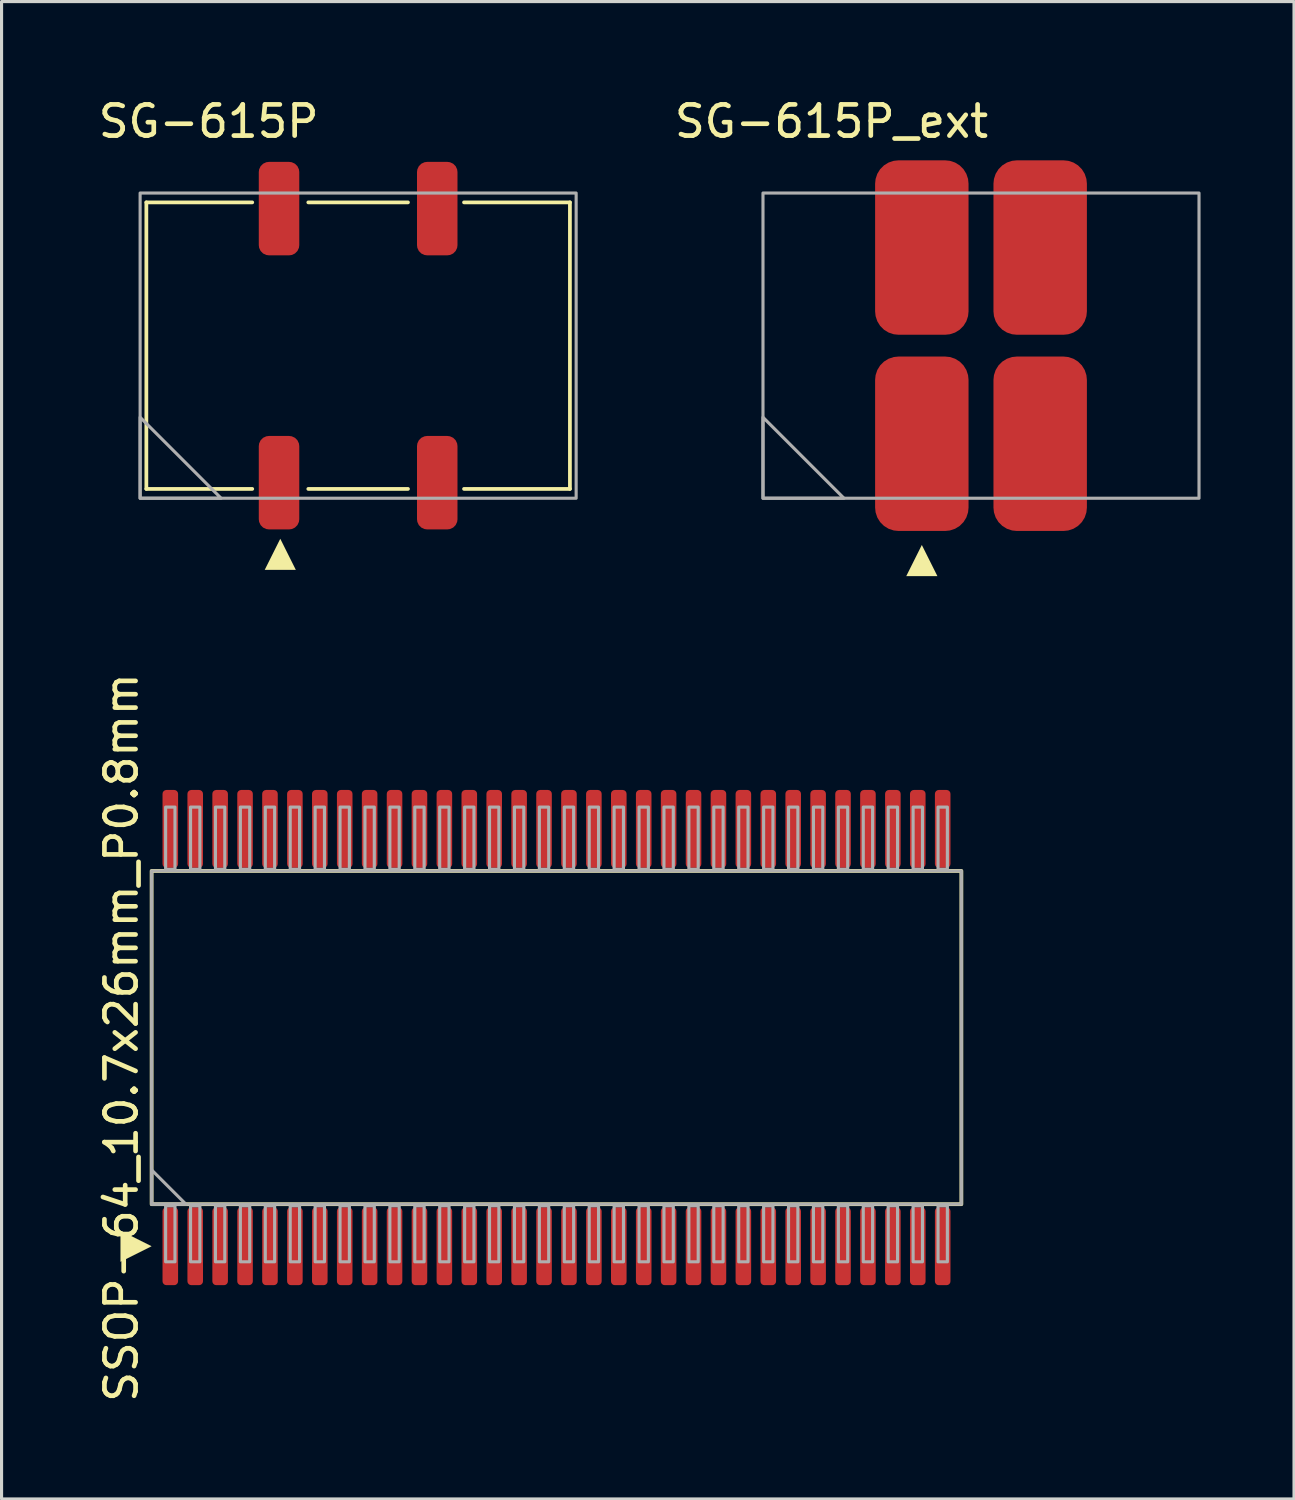
<source format=kicad_pcb>
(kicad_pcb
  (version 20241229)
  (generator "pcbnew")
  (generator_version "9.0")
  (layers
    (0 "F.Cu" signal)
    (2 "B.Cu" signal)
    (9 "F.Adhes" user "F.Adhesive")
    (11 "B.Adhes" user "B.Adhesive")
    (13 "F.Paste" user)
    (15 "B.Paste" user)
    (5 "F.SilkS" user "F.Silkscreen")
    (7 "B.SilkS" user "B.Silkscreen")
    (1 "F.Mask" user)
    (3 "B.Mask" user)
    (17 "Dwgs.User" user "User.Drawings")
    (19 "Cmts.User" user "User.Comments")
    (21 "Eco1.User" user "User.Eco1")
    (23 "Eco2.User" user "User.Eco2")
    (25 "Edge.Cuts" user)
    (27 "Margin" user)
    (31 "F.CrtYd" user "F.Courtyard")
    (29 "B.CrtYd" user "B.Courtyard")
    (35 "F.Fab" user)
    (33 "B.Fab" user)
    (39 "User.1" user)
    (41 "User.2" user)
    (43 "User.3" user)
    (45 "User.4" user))
  (footprint "SG-615P_ext"
    (layer "F.Cu")
    (at 28.448 8.048)
    (property "Reference" "SG-615P_ext" (at -4.8 -7.2 0) (unlocked yes) (layer "F.SilkS") (effects (font (size 1 1) (thickness 0.15))))
    (attr smd)
    (fp_poly (pts (xy -1.4 7.4) (xy -2.4 7.4) (xy -1.9 6.4)) (stroke (width 0) (type solid)) (fill yes) (layer "F.SilkS"))
    (fp_rect (start -7 -4.9) (end 7 4.9) (stroke (width 0.1) (type default)) (fill no) (layer "F.Fab"))
    (fp_poly (pts (xy -7 4.9) (xy -7 2.3) (xy -4.4 4.9)) (stroke (width 0.1) (type solid)) (fill no) (layer "F.Fab"))
    (pad "1" smd roundrect (at -1.9 3.15) (size 3 5.6) (layers "F.Cu" "F.Mask" "F.Paste") (roundrect_rratio 0.25))
    (pad "2" smd roundrect (at 1.9 3.15) (size 3 5.6) (layers "F.Cu" "F.Mask" "F.Paste") (roundrect_rratio 0.25))
    (pad "3" smd roundrect (at 1.9 -3.15) (size 3 5.6) (layers "F.Cu" "F.Mask" "F.Paste") (roundrect_rratio 0.25))
    (pad "4" smd roundrect (at -1.9 -3.15) (size 3 5.6) (layers "F.Cu" "F.Mask" "F.Paste") (roundrect_rratio 0.25)))
  (footprint "SSOP-64_10.7x26mm_P0.8mm"
    (layer "F.Cu")
    (at 14.818 30.264)
    (property "Reference" "SSOP-64_10.7x26mm_P0.8mm" (at -13.97 0 90) (layer "F.SilkS") (effects (font (size 1 1) (thickness 0.15))))
    (attr smd)
    (fp_rect (start -13 -5.35) (end 13 5.35) (stroke (width 0.12) (type default)) (fill no) (layer "F.SilkS"))
    (fp_poly (pts (xy -14 7.2) (xy -14 6.2) (xy -13 6.7)) (stroke (width 0) (type solid)) (fill yes) (layer "F.SilkS"))
    (fp_rect (start -13 -5.35) (end 13 5.35) (stroke (width 0.1) (type default)) (fill no) (layer "F.Fab"))
    (fp_rect (start -12.55 -7.4) (end -12.25 -5.4) (stroke (width 0.1) (type solid)) (fill no) (layer "F.Fab"))
    (fp_rect (start -12.55 5.4) (end -12.25 7.2) (stroke (width 0.1) (type solid)) (fill no) (layer "F.Fab"))
    (fp_rect (start -11.75 -7.4) (end -11.45 -5.4) (stroke (width 0.1) (type solid)) (fill no) (layer "F.Fab"))
    (fp_rect (start -11.75 5.4) (end -11.45 7.2) (stroke (width 0.1) (type solid)) (fill no) (layer "F.Fab"))
    (fp_rect (start -10.95 -7.4) (end -10.65 -5.4) (stroke (width 0.1) (type solid)) (fill no) (layer "F.Fab"))
    (fp_rect (start -10.95 5.4) (end -10.65 7.2) (stroke (width 0.1) (type solid)) (fill no) (layer "F.Fab"))
    (fp_rect (start -10.15 -7.4) (end -9.85 -5.4) (stroke (width 0.1) (type solid)) (fill no) (layer "F.Fab"))
    (fp_rect (start -10.15 5.4) (end -9.85 7.2) (stroke (width 0.1) (type solid)) (fill no) (layer "F.Fab"))
    (fp_rect (start -9.35 -7.4) (end -9.05 -5.4) (stroke (width 0.1) (type solid)) (fill no) (layer "F.Fab"))
    (fp_rect (start -9.35 5.4) (end -9.05 7.2) (stroke (width 0.1) (type solid)) (fill no) (layer "F.Fab"))
    (fp_rect (start -8.55 -7.4) (end -8.25 -5.4) (stroke (width 0.1) (type solid)) (fill no) (layer "F.Fab"))
    (fp_rect (start -8.55 5.4) (end -8.25 7.2) (stroke (width 0.1) (type solid)) (fill no) (layer "F.Fab"))
    (fp_rect (start -7.75 -7.4) (end -7.45 -5.4) (stroke (width 0.1) (type solid)) (fill no) (layer "F.Fab"))
    (fp_rect (start -7.75 5.4) (end -7.45 7.2) (stroke (width 0.1) (type solid)) (fill no) (layer "F.Fab"))
    (fp_rect (start -6.95 -7.4) (end -6.65 -5.4) (stroke (width 0.1) (type solid)) (fill no) (layer "F.Fab"))
    (fp_rect (start -6.95 5.4) (end -6.65 7.2) (stroke (width 0.1) (type solid)) (fill no) (layer "F.Fab"))
    (fp_rect (start -6.15 -7.4) (end -5.85 -5.4) (stroke (width 0.1) (type solid)) (fill no) (layer "F.Fab"))
    (fp_rect (start -6.15 5.4) (end -5.85 7.2) (stroke (width 0.1) (type solid)) (fill no) (layer "F.Fab"))
    (fp_rect (start -5.35 -7.4) (end -5.05 -5.4) (stroke (width 0.1) (type solid)) (fill no) (layer "F.Fab"))
    (fp_rect (start -5.35 5.4) (end -5.05 7.2) (stroke (width 0.1) (type solid)) (fill no) (layer "F.Fab"))
    (fp_rect (start -4.55 -7.4) (end -4.25 -5.4) (stroke (width 0.1) (type solid)) (fill no) (layer "F.Fab"))
    (fp_rect (start -4.55 5.4) (end -4.25 7.2) (stroke (width 0.1) (type solid)) (fill no) (layer "F.Fab"))
    (fp_rect (start -3.75 -7.4) (end -3.45 -5.4) (stroke (width 0.1) (type solid)) (fill no) (layer "F.Fab"))
    (fp_rect (start -3.75 5.4) (end -3.45 7.2) (stroke (width 0.1) (type solid)) (fill no) (layer "F.Fab"))
    (fp_rect (start -2.95 -7.4) (end -2.65 -5.4) (stroke (width 0.1) (type solid)) (fill no) (layer "F.Fab"))
    (fp_rect (start -2.95 5.4) (end -2.65 7.2) (stroke (width 0.1) (type solid)) (fill no) (layer "F.Fab"))
    (fp_rect (start -2.15 -7.4) (end -1.85 -5.4) (stroke (width 0.1) (type solid)) (fill no) (layer "F.Fab"))
    (fp_rect (start -2.15 5.4) (end -1.85 7.2) (stroke (width 0.1) (type solid)) (fill no) (layer "F.Fab"))
    (fp_rect (start -1.35 -7.4) (end -1.05 -5.4) (stroke (width 0.1) (type solid)) (fill no) (layer "F.Fab"))
    (fp_rect (start -1.35 5.4) (end -1.05 7.2) (stroke (width 0.1) (type solid)) (fill no) (layer "F.Fab"))
    (fp_rect (start -0.55 -7.4) (end -0.25 -5.4) (stroke (width 0.1) (type solid)) (fill no) (layer "F.Fab"))
    (fp_rect (start -0.55 5.4) (end -0.25 7.2) (stroke (width 0.1) (type solid)) (fill no) (layer "F.Fab"))
    (fp_rect (start 0.25 -7.4) (end 0.55 -5.4) (stroke (width 0.1) (type solid)) (fill no) (layer "F.Fab"))
    (fp_rect (start 0.25 5.4) (end 0.55 7.2) (stroke (width 0.1) (type solid)) (fill no) (layer "F.Fab"))
    (fp_rect (start 1.05 -7.4) (end 1.35 -5.4) (stroke (width 0.1) (type solid)) (fill no) (layer "F.Fab"))
    (fp_rect (start 1.05 5.4) (end 1.35 7.2) (stroke (width 0.1) (type solid)) (fill no) (layer "F.Fab"))
    (fp_rect (start 1.85 -7.4) (end 2.15 -5.4) (stroke (width 0.1) (type solid)) (fill no) (layer "F.Fab"))
    (fp_rect (start 1.85 5.4) (end 2.15 7.2) (stroke (width 0.1) (type solid)) (fill no) (layer "F.Fab"))
    (fp_rect (start 2.65 -7.4) (end 2.95 -5.4) (stroke (width 0.1) (type solid)) (fill no) (layer "F.Fab"))
    (fp_rect (start 2.65 5.4) (end 2.95 7.2) (stroke (width 0.1) (type solid)) (fill no) (layer "F.Fab"))
    (fp_rect (start 3.45 -7.4) (end 3.75 -5.4) (stroke (width 0.1) (type solid)) (fill no) (layer "F.Fab"))
    (fp_rect (start 3.45 5.4) (end 3.75 7.2) (stroke (width 0.1) (type solid)) (fill no) (layer "F.Fab"))
    (fp_rect (start 4.25 -7.4) (end 4.55 -5.4) (stroke (width 0.1) (type solid)) (fill no) (layer "F.Fab"))
    (fp_rect (start 4.25 5.4) (end 4.55 7.2) (stroke (width 0.1) (type solid)) (fill no) (layer "F.Fab"))
    (fp_rect (start 5.05 -7.4) (end 5.35 -5.4) (stroke (width 0.1) (type solid)) (fill no) (layer "F.Fab"))
    (fp_rect (start 5.05 5.4) (end 5.35 7.2) (stroke (width 0.1) (type solid)) (fill no) (layer "F.Fab"))
    (fp_rect (start 5.85 -7.4) (end 6.15 -5.4) (stroke (width 0.1) (type solid)) (fill no) (layer "F.Fab"))
    (fp_rect (start 5.85 5.4) (end 6.15 7.2) (stroke (width 0.1) (type solid)) (fill no) (layer "F.Fab"))
    (fp_rect (start 6.65 -7.4) (end 6.95 -5.4) (stroke (width 0.1) (type solid)) (fill no) (layer "F.Fab"))
    (fp_rect (start 6.65 5.4) (end 6.95 7.2) (stroke (width 0.1) (type solid)) (fill no) (layer "F.Fab"))
    (fp_rect (start 7.45 -7.4) (end 7.75 -5.4) (stroke (width 0.1) (type solid)) (fill no) (layer "F.Fab"))
    (fp_rect (start 7.45 5.4) (end 7.75 7.2) (stroke (width 0.1) (type solid)) (fill no) (layer "F.Fab"))
    (fp_rect (start 8.25 -7.4) (end 8.55 -5.4) (stroke (width 0.1) (type solid)) (fill no) (layer "F.Fab"))
    (fp_rect (start 8.25 5.4) (end 8.55 7.2) (stroke (width 0.1) (type solid)) (fill no) (layer "F.Fab"))
    (fp_rect (start 9.05 -7.4) (end 9.35 -5.4) (stroke (width 0.1) (type solid)) (fill no) (layer "F.Fab"))
    (fp_rect (start 9.05 5.4) (end 9.35 7.2) (stroke (width 0.1) (type solid)) (fill no) (layer "F.Fab"))
    (fp_rect (start 9.85 -7.4) (end 10.15 -5.4) (stroke (width 0.1) (type solid)) (fill no) (layer "F.Fab"))
    (fp_rect (start 9.85 5.4) (end 10.15 7.2) (stroke (width 0.1) (type solid)) (fill no) (layer "F.Fab"))
    (fp_rect (start 10.65 -7.4) (end 10.95 -5.4) (stroke (width 0.1) (type solid)) (fill no) (layer "F.Fab"))
    (fp_rect (start 10.65 5.4) (end 10.95 7.2) (stroke (width 0.1) (type solid)) (fill no) (layer "F.Fab"))
    (fp_rect (start 11.45 -7.4) (end 11.75 -5.4) (stroke (width 0.1) (type solid)) (fill no) (layer "F.Fab"))
    (fp_rect (start 11.45 5.4) (end 11.75 7.2) (stroke (width 0.1) (type solid)) (fill no) (layer "F.Fab"))
    (fp_rect (start 12.25 -7.4) (end 12.55 -5.4) (stroke (width 0.1) (type solid)) (fill no) (layer "F.Fab"))
    (fp_rect (start 12.25 5.4) (end 12.55 7.2) (stroke (width 0.1) (type solid)) (fill no) (layer "F.Fab"))
    (fp_poly (pts (xy -11.9 5.35) (xy -13 4.25) (xy -13 5.35)) (stroke (width 0.1) (type solid)) (fill no) (layer "F.Fab"))
    (pad "1" smd roundrect (at -12.4 6.7) (size 0.5 2.5) (layers "F.Cu" "F.Mask" "F.Paste") (roundrect_rratio 0.25))
    (pad "2" smd roundrect (at -11.6 6.7) (size 0.5 2.5) (layers "F.Cu" "F.Mask" "F.Paste") (roundrect_rratio 0.25))
    (pad "3" smd roundrect (at -10.8 6.7) (size 0.5 2.5) (layers "F.Cu" "F.Mask" "F.Paste") (roundrect_rratio 0.25))
    (pad "4" smd roundrect (at -10 6.7) (size 0.5 2.5) (layers "F.Cu" "F.Mask" "F.Paste") (roundrect_rratio 0.25))
    (pad "5" smd roundrect (at -9.2 6.7) (size 0.5 2.5) (layers "F.Cu" "F.Mask" "F.Paste") (roundrect_rratio 0.25))
    (pad "6" smd roundrect (at -8.4 6.7) (size 0.5 2.5) (layers "F.Cu" "F.Mask" "F.Paste") (roundrect_rratio 0.25))
    (pad "7" smd roundrect (at -7.6 6.7) (size 0.5 2.5) (layers "F.Cu" "F.Mask" "F.Paste") (roundrect_rratio 0.25))
    (pad "8" smd roundrect (at -6.8 6.7) (size 0.5 2.5) (layers "F.Cu" "F.Mask" "F.Paste") (roundrect_rratio 0.25))
    (pad "9" smd roundrect (at -6 6.7) (size 0.5 2.5) (layers "F.Cu" "F.Mask" "F.Paste") (roundrect_rratio 0.25))
    (pad "10" smd roundrect (at -5.2 6.7) (size 0.5 2.5) (layers "F.Cu" "F.Mask" "F.Paste") (roundrect_rratio 0.25))
    (pad "11" smd roundrect (at -4.4 6.7) (size 0.5 2.5) (layers "F.Cu" "F.Mask" "F.Paste") (roundrect_rratio 0.25))
    (pad "12" smd roundrect (at -3.6 6.7) (size 0.5 2.5) (layers "F.Cu" "F.Mask" "F.Paste") (roundrect_rratio 0.25))
    (pad "13" smd roundrect (at -2.8 6.7) (size 0.5 2.5) (layers "F.Cu" "F.Mask" "F.Paste") (roundrect_rratio 0.25))
    (pad "14" smd roundrect (at -2 6.7) (size 0.5 2.5) (layers "F.Cu" "F.Mask" "F.Paste") (roundrect_rratio 0.25))
    (pad "15" smd roundrect (at -1.2 6.7) (size 0.5 2.5) (layers "F.Cu" "F.Mask" "F.Paste") (roundrect_rratio 0.25))
    (pad "16" smd roundrect (at -0.4 6.7) (size 0.5 2.5) (layers "F.Cu" "F.Mask" "F.Paste") (roundrect_rratio 0.25))
    (pad "17" smd roundrect (at 0.4 6.7) (size 0.5 2.5) (layers "F.Cu" "F.Mask" "F.Paste") (roundrect_rratio 0.25))
    (pad "18" smd roundrect (at 1.2 6.7) (size 0.5 2.5) (layers "F.Cu" "F.Mask" "F.Paste") (roundrect_rratio 0.25))
    (pad "19" smd roundrect (at 2 6.7) (size 0.5 2.5) (layers "F.Cu" "F.Mask" "F.Paste") (roundrect_rratio 0.25))
    (pad "20" smd roundrect (at 2.8 6.7) (size 0.5 2.5) (layers "F.Cu" "F.Mask" "F.Paste") (roundrect_rratio 0.25))
    (pad "21" smd roundrect (at 3.6 6.7) (size 0.5 2.5) (layers "F.Cu" "F.Mask" "F.Paste") (roundrect_rratio 0.25))
    (pad "22" smd roundrect (at 4.4 6.7) (size 0.5 2.5) (layers "F.Cu" "F.Mask" "F.Paste") (roundrect_rratio 0.25))
    (pad "23" smd roundrect (at 5.2 6.7) (size 0.5 2.5) (layers "F.Cu" "F.Mask" "F.Paste") (roundrect_rratio 0.25))
    (pad "24" smd roundrect (at 6 6.7) (size 0.5 2.5) (layers "F.Cu" "F.Mask" "F.Paste") (roundrect_rratio 0.25))
    (pad "25" smd roundrect (at 6.8 6.7) (size 0.5 2.5) (layers "F.Cu" "F.Mask" "F.Paste") (roundrect_rratio 0.25))
    (pad "26" smd roundrect (at 7.6 6.7) (size 0.5 2.5) (layers "F.Cu" "F.Mask" "F.Paste") (roundrect_rratio 0.25))
    (pad "27" smd roundrect (at 8.4 6.7) (size 0.5 2.5) (layers "F.Cu" "F.Mask" "F.Paste") (roundrect_rratio 0.25))
    (pad "28" smd roundrect (at 9.2 6.7) (size 0.5 2.5) (layers "F.Cu" "F.Mask" "F.Paste") (roundrect_rratio 0.25))
    (pad "29" smd roundrect (at 10 6.7) (size 0.5 2.5) (layers "F.Cu" "F.Mask" "F.Paste") (roundrect_rratio 0.25))
    (pad "30" smd roundrect (at 10.8 6.7) (size 0.5 2.5) (layers "F.Cu" "F.Mask" "F.Paste") (roundrect_rratio 0.25))
    (pad "31" smd roundrect (at 11.6 6.7) (size 0.5 2.5) (layers "F.Cu" "F.Mask" "F.Paste") (roundrect_rratio 0.25))
    (pad "32" smd roundrect (at 12.4 6.7) (size 0.5 2.5) (layers "F.Cu" "F.Mask" "F.Paste") (roundrect_rratio 0.25))
    (pad "33" smd roundrect (at 12.4 -6.7) (size 0.5 2.5) (layers "F.Cu" "F.Mask" "F.Paste") (roundrect_rratio 0.25))
    (pad "34" smd roundrect (at 11.6 -6.7) (size 0.5 2.5) (layers "F.Cu" "F.Mask" "F.Paste") (roundrect_rratio 0.25))
    (pad "35" smd roundrect (at 10.8 -6.7) (size 0.5 2.5) (layers "F.Cu" "F.Mask" "F.Paste") (roundrect_rratio 0.25))
    (pad "36" smd roundrect (at 10 -6.7) (size 0.5 2.5) (layers "F.Cu" "F.Mask" "F.Paste") (roundrect_rratio 0.25))
    (pad "37" smd roundrect (at 9.2 -6.7) (size 0.5 2.5) (layers "F.Cu" "F.Mask" "F.Paste") (roundrect_rratio 0.25))
    (pad "38" smd roundrect (at 8.4 -6.7) (size 0.5 2.5) (layers "F.Cu" "F.Mask" "F.Paste") (roundrect_rratio 0.25))
    (pad "39" smd roundrect (at 7.6 -6.7) (size 0.5 2.5) (layers "F.Cu" "F.Mask" "F.Paste") (roundrect_rratio 0.25))
    (pad "40" smd roundrect (at 6.8 -6.7) (size 0.5 2.5) (layers "F.Cu" "F.Mask" "F.Paste") (roundrect_rratio 0.25))
    (pad "41" smd roundrect (at 6 -6.7) (size 0.5 2.5) (layers "F.Cu" "F.Mask" "F.Paste") (roundrect_rratio 0.25))
    (pad "42" smd roundrect (at 5.2 -6.7) (size 0.5 2.5) (layers "F.Cu" "F.Mask" "F.Paste") (roundrect_rratio 0.25))
    (pad "43" smd roundrect (at 4.4 -6.7) (size 0.5 2.5) (layers "F.Cu" "F.Mask" "F.Paste") (roundrect_rratio 0.25))
    (pad "44" smd roundrect (at 3.6 -6.7) (size 0.5 2.5) (layers "F.Cu" "F.Mask" "F.Paste") (roundrect_rratio 0.25))
    (pad "45" smd roundrect (at 2.8 -6.7) (size 0.5 2.5) (layers "F.Cu" "F.Mask" "F.Paste") (roundrect_rratio 0.25))
    (pad "46" smd roundrect (at 2 -6.7) (size 0.5 2.5) (layers "F.Cu" "F.Mask" "F.Paste") (roundrect_rratio 0.25))
    (pad "47" smd roundrect (at 1.2 -6.7) (size 0.5 2.5) (layers "F.Cu" "F.Mask" "F.Paste") (roundrect_rratio 0.25))
    (pad "48" smd roundrect (at 0.4 -6.7) (size 0.5 2.5) (layers "F.Cu" "F.Mask" "F.Paste") (roundrect_rratio 0.25))
    (pad "49" smd roundrect (at -0.4 -6.7) (size 0.5 2.5) (layers "F.Cu" "F.Mask" "F.Paste") (roundrect_rratio 0.25))
    (pad "50" smd roundrect (at -1.2 -6.7) (size 0.5 2.5) (layers "F.Cu" "F.Mask" "F.Paste") (roundrect_rratio 0.25))
    (pad "51" smd roundrect (at -2 -6.7) (size 0.5 2.5) (layers "F.Cu" "F.Mask" "F.Paste") (roundrect_rratio 0.25))
    (pad "52" smd roundrect (at -2.8 -6.7) (size 0.5 2.5) (layers "F.Cu" "F.Mask" "F.Paste") (roundrect_rratio 0.25))
    (pad "53" smd roundrect (at -3.6 -6.7) (size 0.5 2.5) (layers "F.Cu" "F.Mask" "F.Paste") (roundrect_rratio 0.25))
    (pad "54" smd roundrect (at -4.4 -6.7) (size 0.5 2.5) (layers "F.Cu" "F.Mask" "F.Paste") (roundrect_rratio 0.25))
    (pad "55" smd roundrect (at -5.2 -6.7) (size 0.5 2.5) (layers "F.Cu" "F.Mask" "F.Paste") (roundrect_rratio 0.25))
    (pad "56" smd roundrect (at -6 -6.7) (size 0.5 2.5) (layers "F.Cu" "F.Mask" "F.Paste") (roundrect_rratio 0.25))
    (pad "57" smd roundrect (at -6.8 -6.7) (size 0.5 2.5) (layers "F.Cu" "F.Mask" "F.Paste") (roundrect_rratio 0.25))
    (pad "58" smd roundrect (at -7.6 -6.7) (size 0.5 2.5) (layers "F.Cu" "F.Mask" "F.Paste") (roundrect_rratio 0.25))
    (pad "59" smd roundrect (at -8.4 -6.7) (size 0.5 2.5) (layers "F.Cu" "F.Mask" "F.Paste") (roundrect_rratio 0.25))
    (pad "60" smd roundrect (at -9.2 -6.7) (size 0.5 2.5) (layers "F.Cu" "F.Mask" "F.Paste") (roundrect_rratio 0.25))
    (pad "61" smd roundrect (at -10 -6.7) (size 0.5 2.5) (layers "F.Cu" "F.Mask" "F.Paste") (roundrect_rratio 0.25))
    (pad "62" smd roundrect (at -10.8 -6.7) (size 0.5 2.5) (layers "F.Cu" "F.Mask" "F.Paste") (roundrect_rratio 0.25))
    (pad "63" smd roundrect (at -11.6 -6.7) (size 0.5 2.5) (layers "F.Cu" "F.Mask" "F.Paste") (roundrect_rratio 0.25))
    (pad "64" smd roundrect (at -12.4 -6.7) (size 0.5 2.5) (layers "F.Cu" "F.Mask" "F.Paste") (roundrect_rratio 0.25)))
  (footprint "SG-615P"
    (layer "F.Cu")
    (at 8.449 8.048)
    (property "Reference" "SG-615P" (at -4.8 -7.2 0) (unlocked yes) (layer "F.SilkS") (effects (font (size 1 1) (thickness 0.15))))
    (attr smd)
    (fp_line (start -6.8 -4.6) (end -6.8 4.6) (stroke (width 0.12) (type default)) (layer "F.SilkS"))
    (fp_line (start -6.8 -4.6) (end -3.4 -4.6) (stroke (width 0.12) (type default)) (layer "F.SilkS"))
    (fp_line (start -6.8 4.6) (end -3.4 4.6) (stroke (width 0.12) (type default)) (layer "F.SilkS"))
    (fp_line (start -1.6 -4.6) (end 1.6 -4.6) (stroke (width 0.12) (type default)) (layer "F.SilkS"))
    (fp_line (start -1.6 4.6) (end 1.6 4.6) (stroke (width 0.12) (type default)) (layer "F.SilkS"))
    (fp_line (start 3.4 -4.6) (end 6.8 -4.6) (stroke (width 0.12) (type default)) (layer "F.SilkS"))
    (fp_line (start 6.8 -4.6) (end 6.8 4.6) (stroke (width 0.12) (type default)) (layer "F.SilkS"))
    (fp_line (start 6.8 4.6) (end 3.4 4.6) (stroke (width 0.12) (type default)) (layer "F.SilkS"))
    (fp_poly (pts (xy -2 7.2) (xy -3 7.2) (xy -2.5 6.2)) (stroke (width 0) (type solid)) (fill yes) (layer "F.SilkS"))
    (fp_rect (start -7 -4.9) (end 7 4.9) (stroke (width 0.1) (type default)) (fill no) (layer "F.Fab"))
    (fp_poly (pts (xy -7 4.9) (xy -7 2.3) (xy -4.4 4.9)) (stroke (width 0.1) (type solid)) (fill no) (layer "F.Fab"))
    (pad "1" smd roundrect (at -2.54 4.4 180) (size 1.3 3) (layers "F.Cu" "F.Mask" "F.Paste") (roundrect_rratio 0.25))
    (pad "2" smd roundrect (at 2.54 4.4 180) (size 1.3 3) (layers "F.Cu" "F.Mask" "F.Paste") (roundrect_rratio 0.25))
    (pad "3" smd roundrect (at 2.54 -4.4 180) (size 1.3 3) (layers "F.Cu" "F.Mask" "F.Paste") (roundrect_rratio 0.25))
    (pad "4" smd roundrect (at -2.54 -4.4 180) (size 1.3 3) (layers "F.Cu" "F.Mask" "F.Paste") (roundrect_rratio 0.25)))
  (gr_rect
    (start -3 -3)
    (end 38.498 45.079)
    (stroke (width 0.1) (type default))
    (fill no)
    (layer "Edge.Cuts")))
</source>
